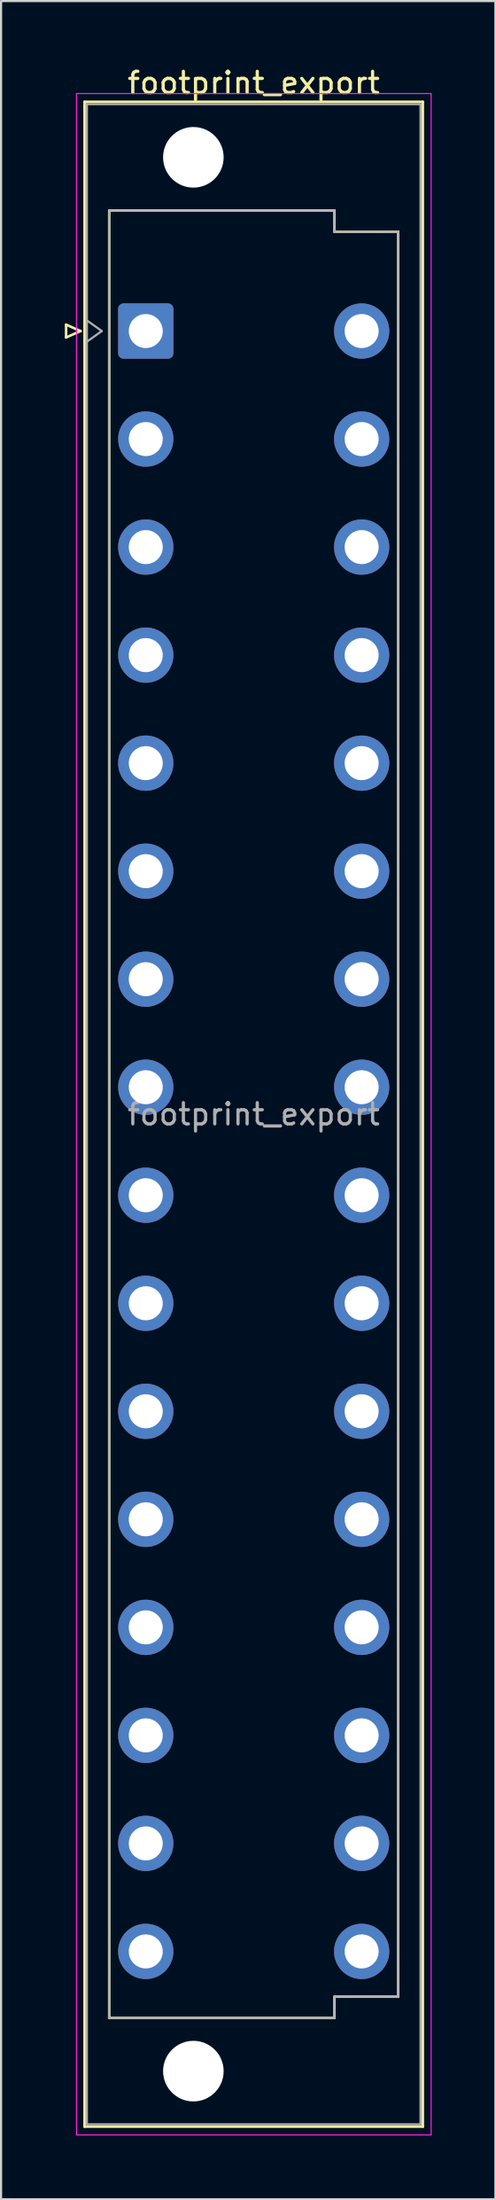
<source format=kicad_pcb>
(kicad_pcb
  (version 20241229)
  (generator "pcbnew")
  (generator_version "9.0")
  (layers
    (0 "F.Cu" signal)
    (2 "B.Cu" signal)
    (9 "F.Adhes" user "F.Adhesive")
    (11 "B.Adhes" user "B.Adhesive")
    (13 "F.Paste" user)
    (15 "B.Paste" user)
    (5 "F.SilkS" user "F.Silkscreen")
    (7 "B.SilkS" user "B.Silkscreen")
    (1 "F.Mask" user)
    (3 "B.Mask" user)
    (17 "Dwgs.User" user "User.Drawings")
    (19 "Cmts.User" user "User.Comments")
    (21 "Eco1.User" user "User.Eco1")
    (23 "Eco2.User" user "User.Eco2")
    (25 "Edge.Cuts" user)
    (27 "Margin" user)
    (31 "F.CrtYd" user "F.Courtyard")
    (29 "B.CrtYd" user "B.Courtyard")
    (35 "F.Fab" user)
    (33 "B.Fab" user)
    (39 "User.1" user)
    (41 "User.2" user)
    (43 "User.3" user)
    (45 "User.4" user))
  (footprint "footprint_export"
    (layer "F.Cu")
    (at 3.81 9.978)
    (property "Reference" "footprint_export" (at 5.08 -9.13 0) (layer "F.SilkS") (effects (font (size 1 1) (thickness 0.15))))
    (attr through_hole)
    (fp_line (start -3.75 2.24) (end -3.75 2.84) (stroke (width 0.12) (type solid)) (layer "F.SilkS"))
    (fp_line (start -3.75 2.84) (end -3.07 2.54) (stroke (width 0.12) (type solid)) (layer "F.SilkS"))
    (fp_line (start -3.07 2.54) (end -3.75 2.24) (stroke (width 0.12) (type solid)) (layer "F.SilkS"))
    (fp_line (start -2.88 -8.24) (end 13.04 -8.24) (stroke (width 0.12) (type solid)) (layer "F.SilkS"))
    (fp_line (start -2.88 86.98) (end -2.88 -8.24) (stroke (width 0.12) (type solid)) (layer "F.SilkS"))
    (fp_line (start -1.72 -3.131) (end 8.88 -3.131) (stroke (width 0.12) (type solid)) (layer "F.SilkS"))
    (fp_line (start -1.72 81.87) (end -1.72 -3.131) (stroke (width 0.12) (type solid)) (layer "F.SilkS"))
    (fp_line (start 8.88 -3.131) (end 8.88 -2.131) (stroke (width 0.12) (type solid)) (layer "F.SilkS"))
    (fp_line (start 8.88 -2.131) (end 11.88 -2.131) (stroke (width 0.12) (type solid)) (layer "F.SilkS"))
    (fp_line (start 8.88 80.87) (end 8.88 81.87) (stroke (width 0.12) (type solid)) (layer "F.SilkS"))
    (fp_line (start 8.88 81.87) (end -1.72 81.87) (stroke (width 0.12) (type solid)) (layer "F.SilkS"))
    (fp_line (start 11.88 -2.131) (end 11.88 80.87) (stroke (width 0.12) (type solid)) (layer "F.SilkS"))
    (fp_line (start 11.88 80.87) (end 8.88 80.87) (stroke (width 0.12) (type solid)) (layer "F.SilkS"))
    (fp_line (start 13.04 -8.24) (end 13.04 86.98) (stroke (width 0.12) (type solid)) (layer "F.SilkS"))
    (fp_line (start 13.04 86.98) (end -2.88 86.98) (stroke (width 0.12) (type solid)) (layer "F.SilkS"))
    (fp_line (start -3.26 -8.63) (end 13.43 -8.63) (stroke (width 0.05) (type solid)) (layer "F.CrtYd"))
    (fp_line (start -3.26 87.37) (end -3.26 -8.63) (stroke (width 0.05) (type solid)) (layer "F.CrtYd"))
    (fp_line (start 13.43 -8.63) (end 13.43 87.37) (stroke (width 0.05) (type solid)) (layer "F.CrtYd"))
    (fp_line (start 13.43 87.37) (end -3.26 87.37) (stroke (width 0.05) (type solid)) (layer "F.CrtYd"))
    (fp_line (start -2.77 -8.13) (end 12.93 -8.13) (stroke (width 0.1) (type solid)) (layer "F.Fab"))
    (fp_line (start -2.77 2.04) (end -2.07 2.54) (stroke (width 0.1) (type solid)) (layer "F.Fab"))
    (fp_line (start -2.77 86.87) (end -2.77 -8.13) (stroke (width 0.1) (type solid)) (layer "F.Fab"))
    (fp_line (start -2.07 2.54) (end -2.77 3.04) (stroke (width 0.1) (type solid)) (layer "F.Fab"))
    (fp_line (start -1.72 -3.13) (end 8.88 -3.13) (stroke (width 0.1) (type solid)) (layer "F.Fab"))
    (fp_line (start -1.72 81.87) (end -1.72 -3.13) (stroke (width 0.1) (type solid)) (layer "F.Fab"))
    (fp_line (start 8.88 -3.13) (end 8.88 -2.13) (stroke (width 0.1) (type solid)) (layer "F.Fab"))
    (fp_line (start 8.88 -2.13) (end 11.88 -2.13) (stroke (width 0.1) (type solid)) (layer "F.Fab"))
    (fp_line (start 8.88 80.87) (end 8.88 81.87) (stroke (width 0.1) (type solid)) (layer "F.Fab"))
    (fp_line (start 8.88 81.87) (end -1.72 81.87) (stroke (width 0.1) (type solid)) (layer "F.Fab"))
    (fp_line (start 11.88 -2.13) (end 11.88 80.87) (stroke (width 0.1) (type solid)) (layer "F.Fab"))
    (fp_line (start 11.88 80.87) (end 8.88 80.87) (stroke (width 0.1) (type solid)) (layer "F.Fab"))
    (fp_line (start 12.93 -8.13) (end 12.93 86.87) (stroke (width 0.1) (type solid)) (layer "F.Fab"))
    (fp_line (start 12.93 86.87) (end -2.77 86.87) (stroke (width 0.1) (type solid)) (layer "F.Fab"))
    (fp_text user "${REFERENCE}" (at 5.08 39.37 0) (layer "F.Fab") (effects (font (size 1 1) (thickness 0.15))))
    (pad "" np_thru_hole circle (at 2.24 -5.63) (size 2.85 2.85) (drill 2.85) (layers "*.Cu" "*.Mask"))
    (pad "" np_thru_hole circle (at 2.24 84.37) (size 2.85 2.85) (drill 2.85) (layers "*.Cu" "*.Mask"))
    (pad "a2" thru_hole roundrect (at 0 2.54) (size 2.6 2.6) (drill 1.6) (layers "*.Cu" "*.Mask") (roundrect_rratio 0.096))
    (pad "a4" thru_hole circle (at 0 7.62) (size 2.6 2.6) (drill 1.6) (layers "*.Cu" "*.Mask"))
    (pad "a6" thru_hole circle (at 0 12.7) (size 2.6 2.6) (drill 1.6) (layers "*.Cu" "*.Mask"))
    (pad "a8" thru_hole circle (at 0 17.78) (size 2.6 2.6) (drill 1.6) (layers "*.Cu" "*.Mask"))
    (pad "a10" thru_hole circle (at 0 22.86) (size 2.6 2.6) (drill 1.6) (layers "*.Cu" "*.Mask"))
    (pad "a12" thru_hole circle (at 0 27.94) (size 2.6 2.6) (drill 1.6) (layers "*.Cu" "*.Mask"))
    (pad "a14" thru_hole circle (at 0 33.02) (size 2.6 2.6) (drill 1.6) (layers "*.Cu" "*.Mask"))
    (pad "a16" thru_hole circle (at 0 38.1) (size 2.6 2.6) (drill 1.6) (layers "*.Cu" "*.Mask"))
    (pad "a18" thru_hole circle (at 0 43.18) (size 2.6 2.6) (drill 1.6) (layers "*.Cu" "*.Mask"))
    (pad "a20" thru_hole circle (at 0 48.26) (size 2.6 2.6) (drill 1.6) (layers "*.Cu" "*.Mask"))
    (pad "a22" thru_hole circle (at 0 53.34) (size 2.6 2.6) (drill 1.6) (layers "*.Cu" "*.Mask"))
    (pad "a24" thru_hole circle (at 0 58.42) (size 2.6 2.6) (drill 1.6) (layers "*.Cu" "*.Mask"))
    (pad "a26" thru_hole circle (at 0 63.5) (size 2.6 2.6) (drill 1.6) (layers "*.Cu" "*.Mask"))
    (pad "a28" thru_hole circle (at 0 68.58) (size 2.6 2.6) (drill 1.6) (layers "*.Cu" "*.Mask"))
    (pad "a30" thru_hole circle (at 0 73.66) (size 2.6 2.6) (drill 1.6) (layers "*.Cu" "*.Mask"))
    (pad "a32" thru_hole circle (at 0 78.74) (size 2.6 2.6) (drill 1.6) (layers "*.Cu" "*.Mask"))
    (pad "e2" thru_hole circle (at 10.16 2.54) (size 2.6 2.6) (drill 1.6) (layers "*.Cu" "*.Mask"))
    (pad "e4" thru_hole circle (at 10.16 7.62) (size 2.6 2.6) (drill 1.6) (layers "*.Cu" "*.Mask"))
    (pad "e6" thru_hole circle (at 10.16 12.7) (size 2.6 2.6) (drill 1.6) (layers "*.Cu" "*.Mask"))
    (pad "e8" thru_hole circle (at 10.16 17.78) (size 2.6 2.6) (drill 1.6) (layers "*.Cu" "*.Mask"))
    (pad "e10" thru_hole circle (at 10.16 22.86) (size 2.6 2.6) (drill 1.6) (layers "*.Cu" "*.Mask"))
    (pad "e12" thru_hole circle (at 10.16 27.94) (size 2.6 2.6) (drill 1.6) (layers "*.Cu" "*.Mask"))
    (pad "e14" thru_hole circle (at 10.16 33.02) (size 2.6 2.6) (drill 1.6) (layers "*.Cu" "*.Mask"))
    (pad "e16" thru_hole circle (at 10.16 38.1) (size 2.6 2.6) (drill 1.6) (layers "*.Cu" "*.Mask"))
    (pad "e18" thru_hole circle (at 10.16 43.18) (size 2.6 2.6) (drill 1.6) (layers "*.Cu" "*.Mask"))
    (pad "e20" thru_hole circle (at 10.16 48.26) (size 2.6 2.6) (drill 1.6) (layers "*.Cu" "*.Mask"))
    (pad "e22" thru_hole circle (at 10.16 53.34) (size 2.6 2.6) (drill 1.6) (layers "*.Cu" "*.Mask"))
    (pad "e24" thru_hole circle (at 10.16 58.42) (size 2.6 2.6) (drill 1.6) (layers "*.Cu" "*.Mask"))
    (pad "e26" thru_hole circle (at 10.16 63.5) (size 2.6 2.6) (drill 1.6) (layers "*.Cu" "*.Mask"))
    (pad "e28" thru_hole circle (at 10.16 68.58) (size 2.6 2.6) (drill 1.6) (layers "*.Cu" "*.Mask"))
    (pad "e30" thru_hole circle (at 10.16 73.66) (size 2.6 2.6) (drill 1.6) (layers "*.Cu" "*.Mask"))
    (pad "e32" thru_hole circle (at 10.16 78.74) (size 2.6 2.6) (drill 1.6) (layers "*.Cu" "*.Mask")))
  (gr_rect
    (start -3 -3)
    (end 20.265 100.373)
    (stroke (width 0.1) (type default))
    (fill no)
    (layer "Edge.Cuts")))
</source>
